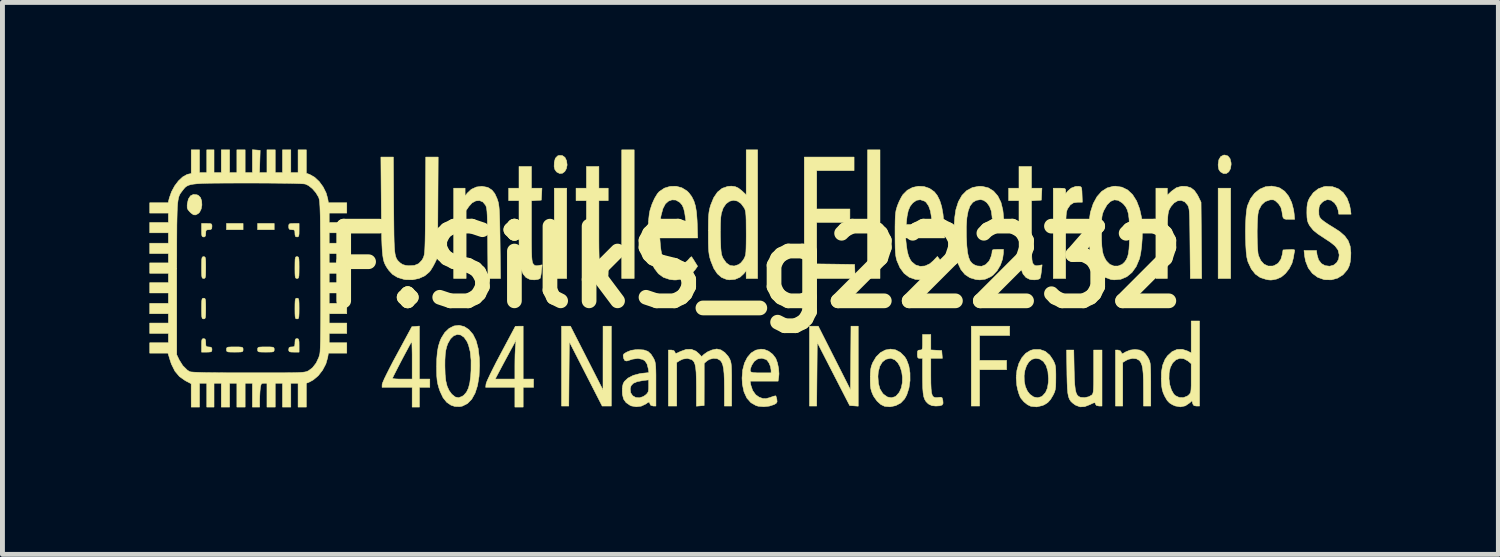
<source format=kicad_pcb>
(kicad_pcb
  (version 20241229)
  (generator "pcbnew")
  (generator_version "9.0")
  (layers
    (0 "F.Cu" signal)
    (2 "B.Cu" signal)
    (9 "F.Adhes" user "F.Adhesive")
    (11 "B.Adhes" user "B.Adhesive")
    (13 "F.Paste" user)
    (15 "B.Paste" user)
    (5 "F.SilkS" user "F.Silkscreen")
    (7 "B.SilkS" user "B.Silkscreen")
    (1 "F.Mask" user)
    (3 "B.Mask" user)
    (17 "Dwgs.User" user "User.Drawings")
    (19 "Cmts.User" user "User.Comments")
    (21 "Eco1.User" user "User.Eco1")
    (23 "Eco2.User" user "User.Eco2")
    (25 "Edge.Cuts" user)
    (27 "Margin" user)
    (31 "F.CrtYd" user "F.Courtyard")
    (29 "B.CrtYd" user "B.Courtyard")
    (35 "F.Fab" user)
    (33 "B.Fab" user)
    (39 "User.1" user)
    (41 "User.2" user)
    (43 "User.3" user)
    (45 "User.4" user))
  (footprint "F.SilkS_g22232"
    (layer "F.Cu")
    (at 12.345 2.399)
    (property "Reference" "F.SilkS_g22232" (at 0 0 0) (layer "F.SilkS") (effects (font (size 1.524 1.524) (thickness 0.3))))
    (attr through_hole)
    (fp_poly (pts (xy -10.435 -0.762) (xy -10.774 -0.762) (xy -10.774 -0.889) (xy -10.435 -0.889) (xy -10.435 -0.762)) (stroke (width 0.01) (type solid)) (fill yes) (layer "F.SilkS"))
    (fp_poly (pts (xy -9.8 -0.762) (xy -10.139 -0.762) (xy -10.139 -0.889) (xy -9.8 -0.889) (xy -9.8 -0.762)) (stroke (width 0.01) (type solid)) (fill yes) (layer "F.SilkS"))
    (fp_poly (pts (xy -3.831 0.233) (xy -4.085 0.233) (xy -4.085 -1.609) (xy -3.831 -1.609) (xy -3.831 0.233)) (stroke (width 0.01) (type solid)) (fill yes) (layer "F.SilkS"))
    (fp_poly (pts (xy -2.455 0.233) (xy -2.709 0.233) (xy -2.709 -2.392) (xy -2.455 -2.392) (xy -2.455 0.233)) (stroke (width 0.01) (type solid)) (fill yes) (layer "F.SilkS"))
    (fp_poly (pts (xy 2.561 0.233) (xy 2.307 0.233) (xy 2.307 -2.392) (xy 2.561 -2.392) (xy 2.561 0.233)) (stroke (width 0.01) (type solid)) (fill yes) (layer "F.SilkS"))
    (fp_poly (pts (xy 9.716 0.233) (xy 9.461 0.233) (xy 9.461 -1.609) (xy 9.716 -1.609) (xy 9.716 0.233)) (stroke (width 0.01) (type solid)) (fill yes) (layer "F.SilkS"))
    (fp_poly (pts (xy 5.207 1.397) (xy 4.593 1.397) (xy 4.593 1.905) (xy 5.144 1.905) (xy 5.144 2.095) (xy 4.593 2.095) (xy 4.593 2.836) (xy 4.424 2.836) (xy 4.424 1.206) (xy 5.207 1.206) (xy 5.207 1.397)) (stroke (width 0.01) (type solid)) (fill yes) (layer "F.SilkS"))
    (fp_poly (pts (xy 2.032 -1.968) (xy 1.27 -1.968) (xy 1.27 -1.185) (xy 1.947 -1.185) (xy 1.947 -0.91) (xy 1.27 -0.91) (xy 1.27 -0.064) (xy 1.656 -0.059) (xy 2.043 -0.053) (xy 2.055 0.233) (xy 1.016 0.233) (xy 1.016 -2.244) (xy 2.032 -2.244) (xy 2.032 -1.968)) (stroke (width 0.01) (type solid)) (fill yes) (layer "F.SilkS"))
    (fp_poly (pts (xy -3.423 1.857) (xy -3.091 2.508) (xy -3.091 1.857) (xy -3.09 1.206) (xy -2.921 1.206) (xy -2.921 2.836) (xy -3.108 2.836) (xy -3.443 2.181) (xy -3.778 1.526) (xy -3.784 2.181) (xy -3.789 2.836) (xy -3.937 2.836) (xy -3.937 1.206) (xy -3.755 1.206) (xy -3.423 1.857)) (stroke (width 0.01) (type solid)) (fill yes) (layer "F.SilkS"))
    (fp_poly (pts (xy 2.117 2.839) (xy 2.03 2.832) (xy 1.942 2.826) (xy 1.611 2.182) (xy 1.281 1.539) (xy 1.275 2.188) (xy 1.269 2.836) (xy 1.122 2.836) (xy 1.122 1.206) (xy 1.212 1.207) (xy 1.302 1.207) (xy 1.63 1.855) (xy 1.958 2.503) (xy 1.964 1.855) (xy 1.969 1.206) (xy 2.117 1.206) (xy 2.117 2.839)) (stroke (width 0.01) (type solid)) (fill yes) (layer "F.SilkS"))
    (fp_poly (pts (xy -3.922 -2.276) (xy -3.867 -2.237) (xy -3.834 -2.169) (xy -3.823 -2.083) (xy -3.838 -2.008) (xy -3.871 -1.949) (xy -3.919 -1.914) (xy -3.974 -1.908) (xy -4.032 -1.937) (xy -4.043 -1.947) (xy -4.074 -1.992) (xy -4.088 -2.051) (xy -4.085 -2.137) (xy -4.085 -2.138) (xy -4.064 -2.219) (xy -4.018 -2.267) (xy -3.991 -2.277) (xy -3.922 -2.276)) (stroke (width 0.01) (type solid)) (fill yes) (layer "F.SilkS"))
    (fp_poly (pts (xy 9.659 -2.267) (xy 9.703 -2.214) (xy 9.724 -2.131) (xy 9.726 -2.095) (xy 9.713 -2.008) (xy 9.678 -1.944) (xy 9.629 -1.909) (xy 9.57 -1.907) (xy 9.509 -1.942) (xy 9.504 -1.947) (xy 9.474 -1.993) (xy 9.462 -2.062) (xy 9.461 -2.095) (xy 9.475 -2.189) (xy 9.512 -2.253) (xy 9.571 -2.284) (xy 9.596 -2.286) (xy 9.659 -2.267)) (stroke (width 0.01) (type solid)) (fill yes) (layer "F.SilkS"))
    (fp_poly (pts (xy -11.375 -1.474) (xy -11.345 -1.46) (xy -11.303 -1.416) (xy -11.28 -1.347) (xy -11.275 -1.265) (xy -11.29 -1.185) (xy -11.322 -1.119) (xy -11.351 -1.091) (xy -11.402 -1.064) (xy -11.446 -1.066) (xy -11.496 -1.101) (xy -11.519 -1.123) (xy -11.558 -1.167) (xy -11.575 -1.207) (xy -11.576 -1.263) (xy -11.573 -1.292) (xy -11.551 -1.388) (xy -11.508 -1.453) (xy -11.448 -1.482) (xy -11.375 -1.474)) (stroke (width 0.01) (type solid)) (fill yes) (layer "F.SilkS"))
    (fp_poly (pts (xy -11.113 -0.888) (xy -11.082 -0.879) (xy -11.071 -0.857) (xy -11.07 -0.826) (xy -11.075 -0.781) (xy -11.1 -0.764) (xy -11.134 -0.762) (xy -11.176 -0.758) (xy -11.194 -0.737) (xy -11.197 -0.688) (xy -11.202 -0.637) (xy -11.22 -0.616) (xy -11.239 -0.614) (xy -11.262 -0.618) (xy -11.275 -0.637) (xy -11.281 -0.68) (xy -11.282 -0.751) (xy -11.282 -0.889) (xy -11.176 -0.889) (xy -11.113 -0.888)) (stroke (width 0.01) (type solid)) (fill yes) (layer "F.SilkS"))
    (fp_poly (pts (xy -9.292 -0.751) (xy -9.293 -0.677) (xy -9.299 -0.635) (xy -9.313 -0.618) (xy -9.335 -0.614) (xy -9.364 -0.622) (xy -9.375 -0.654) (xy -9.377 -0.688) (xy -9.38 -0.738) (xy -9.398 -0.758) (xy -9.44 -0.762) (xy -9.485 -0.767) (xy -9.502 -0.792) (xy -9.504 -0.826) (xy -9.502 -0.863) (xy -9.487 -0.882) (xy -9.45 -0.888) (xy -9.398 -0.889) (xy -9.292 -0.889) (xy -9.292 -0.751)) (stroke (width 0.01) (type solid)) (fill yes) (layer "F.SilkS"))
    (fp_poly (pts (xy -11.212 1.468) (xy -11.2 1.496) (xy -11.197 1.545) (xy -11.195 1.599) (xy -11.181 1.624) (xy -11.147 1.63) (xy -11.134 1.63) (xy -11.088 1.636) (xy -11.072 1.66) (xy -11.07 1.683) (xy -11.074 1.714) (xy -11.091 1.73) (xy -11.134 1.735) (xy -11.176 1.736) (xy -11.282 1.736) (xy -11.282 1.598) (xy -11.281 1.524) (xy -11.275 1.482) (xy -11.261 1.464) (xy -11.239 1.46) (xy -11.212 1.468)) (stroke (width 0.01) (type solid)) (fill yes) (layer "F.SilkS"))
    (fp_poly (pts (xy -10.521 1.63) (xy -10.47 1.634) (xy -10.445 1.643) (xy -10.436 1.66) (xy -10.435 1.683) (xy -10.437 1.709) (xy -10.448 1.725) (xy -10.477 1.733) (xy -10.533 1.735) (xy -10.604 1.736) (xy -10.688 1.735) (xy -10.739 1.732) (xy -10.764 1.722) (xy -10.773 1.705) (xy -10.774 1.683) (xy -10.772 1.657) (xy -10.761 1.641) (xy -10.732 1.633) (xy -10.676 1.63) (xy -10.604 1.63) (xy -10.521 1.63)) (stroke (width 0.01) (type solid)) (fill yes) (layer "F.SilkS"))
    (fp_poly (pts (xy -9.886 1.63) (xy -9.835 1.634) (xy -9.81 1.643) (xy -9.801 1.66) (xy -9.8 1.683) (xy -9.802 1.709) (xy -9.813 1.725) (xy -9.842 1.733) (xy -9.898 1.735) (xy -9.97 1.736) (xy -10.053 1.735) (xy -10.104 1.732) (xy -10.129 1.722) (xy -10.138 1.705) (xy -10.139 1.683) (xy -10.137 1.657) (xy -10.126 1.641) (xy -10.097 1.633) (xy -10.041 1.63) (xy -9.97 1.63) (xy -9.886 1.63)) (stroke (width 0.01) (type solid)) (fill yes) (layer "F.SilkS"))
    (fp_poly (pts (xy -9.312 1.465) (xy -9.299 1.484) (xy -9.293 1.527) (xy -9.292 1.598) (xy -9.292 1.736) (xy -9.398 1.736) (xy -9.461 1.734) (xy -9.492 1.725) (xy -9.503 1.704) (xy -9.504 1.683) (xy -9.497 1.645) (xy -9.468 1.631) (xy -9.44 1.63) (xy -9.4 1.626) (xy -9.382 1.608) (xy -9.377 1.563) (xy -9.377 1.545) (xy -9.373 1.49) (xy -9.359 1.465) (xy -9.335 1.46) (xy -9.312 1.465)) (stroke (width 0.01) (type solid)) (fill yes) (layer "F.SilkS"))
    (fp_poly (pts (xy -11.221 -0.209) (xy -11.208 -0.196) (xy -11.201 -0.164) (xy -11.198 -0.107) (xy -11.197 -0.017) (xy -11.197 0.011) (xy -11.198 0.11) (xy -11.2 0.174) (xy -11.206 0.211) (xy -11.217 0.228) (xy -11.234 0.233) (xy -11.239 0.233) (xy -11.258 0.23) (xy -11.271 0.217) (xy -11.278 0.185) (xy -11.281 0.128) (xy -11.282 0.038) (xy -11.282 0.011) (xy -11.281 -0.089) (xy -11.279 -0.153) (xy -11.273 -0.19) (xy -11.262 -0.207) (xy -11.245 -0.212) (xy -11.239 -0.212) (xy -11.221 -0.209)) (stroke (width 0.01) (type solid)) (fill yes) (layer "F.SilkS"))
    (fp_poly (pts (xy -11.22 0.638) (xy -11.208 0.652) (xy -11.201 0.684) (xy -11.198 0.743) (xy -11.197 0.835) (xy -11.197 0.847) (xy -11.198 0.943) (xy -11.201 1.005) (xy -11.207 1.039) (xy -11.219 1.055) (xy -11.237 1.058) (xy -11.239 1.058) (xy -11.259 1.055) (xy -11.271 1.042) (xy -11.278 1.009) (xy -11.281 0.951) (xy -11.282 0.858) (xy -11.282 0.847) (xy -11.281 0.75) (xy -11.278 0.689) (xy -11.272 0.654) (xy -11.26 0.639) (xy -11.242 0.635) (xy -11.239 0.635) (xy -11.22 0.638)) (stroke (width 0.01) (type solid)) (fill yes) (layer "F.SilkS"))
    (fp_poly (pts (xy -9.316 -0.209) (xy -9.303 -0.196) (xy -9.296 -0.164) (xy -9.293 -0.107) (xy -9.292 -0.017) (xy -9.292 0.011) (xy -9.293 0.11) (xy -9.295 0.174) (xy -9.301 0.211) (xy -9.312 0.228) (xy -9.329 0.233) (xy -9.335 0.233) (xy -9.353 0.23) (xy -9.366 0.217) (xy -9.373 0.185) (xy -9.376 0.128) (xy -9.377 0.038) (xy -9.377 0.011) (xy -9.376 -0.089) (xy -9.374 -0.153) (xy -9.368 -0.19) (xy -9.357 -0.207) (xy -9.34 -0.212) (xy -9.335 -0.212) (xy -9.316 -0.209)) (stroke (width 0.01) (type solid)) (fill yes) (layer "F.SilkS"))
    (fp_poly (pts (xy -9.315 0.638) (xy -9.303 0.652) (xy -9.296 0.684) (xy -9.293 0.743) (xy -9.292 0.835) (xy -9.292 0.847) (xy -9.293 0.943) (xy -9.296 1.005) (xy -9.302 1.039) (xy -9.314 1.055) (xy -9.332 1.058) (xy -9.335 1.058) (xy -9.354 1.055) (xy -9.366 1.042) (xy -9.373 1.009) (xy -9.376 0.951) (xy -9.377 0.858) (xy -9.377 0.847) (xy -9.376 0.75) (xy -9.373 0.689) (xy -9.367 0.654) (xy -9.355 0.639) (xy -9.337 0.635) (xy -9.335 0.635) (xy -9.315 0.638)) (stroke (width 0.01) (type solid)) (fill yes) (layer "F.SilkS"))
    (fp_poly (pts (xy 6.648 -1.642) (xy 6.667 -1.629) (xy 6.677 -1.599) (xy 6.682 -1.542) (xy 6.684 -1.482) (xy 6.69 -1.323) (xy 6.596 -1.323) (xy 6.51 -1.311) (xy 6.445 -1.269) (xy 6.392 -1.193) (xy 6.383 -1.175) (xy 6.374 -1.149) (xy 6.366 -1.114) (xy 6.36 -1.063) (xy 6.356 -0.994) (xy 6.353 -0.9) (xy 6.351 -0.778) (xy 6.35 -0.623) (xy 6.35 -0.436) (xy 6.35 0.233) (xy 6.096 0.233) (xy 6.096 -1.609) (xy 6.223 -1.609) (xy 6.293 -1.608) (xy 6.331 -1.602) (xy 6.347 -1.586) (xy 6.35 -1.557) (xy 6.35 -1.553) (xy 6.35 -1.497) (xy 6.392 -1.55) (xy 6.463 -1.611) (xy 6.552 -1.645) (xy 6.618 -1.647) (xy 6.648 -1.642)) (stroke (width 0.01) (type solid)) (fill yes) (layer "F.SilkS"))
    (fp_poly (pts (xy -4.72 2.286) (xy -4.508 2.286) (xy -4.508 2.455) (xy -4.72 2.455) (xy -4.72 2.857) (xy -4.889 2.857) (xy -4.889 2.455) (xy -5.485 2.455) (xy -5.478 2.387) (xy -5.467 2.351) (xy -5.439 2.286) (xy -5.291 2.286) (xy -4.889 2.286) (xy -4.889 2.025) (xy -4.888 1.908) (xy -4.886 1.791) (xy -4.881 1.69) (xy -4.877 1.628) (xy -4.865 1.492) (xy -4.969 1.683) (xy -5.026 1.789) (xy -5.093 1.913) (xy -5.157 2.033) (xy -5.182 2.08) (xy -5.291 2.286) (xy -5.439 2.286) (xy -5.437 2.283) (xy -5.393 2.188) (xy -5.336 2.073) (xy -5.269 1.941) (xy -5.194 1.799) (xy -5.175 1.763) (xy -4.879 1.208) (xy -4.8 1.207) (xy -4.72 1.206) (xy -4.72 2.286)) (stroke (width 0.01) (type solid)) (fill yes) (layer "F.SilkS"))
    (fp_poly (pts (xy 7.859 1.694) (xy 7.931 1.726) (xy 7.977 1.772) (xy 8.023 1.837) (xy 8.038 1.863) (xy 8.054 1.897) (xy 8.066 1.931) (xy 8.075 1.972) (xy 8.08 2.026) (xy 8.083 2.1) (xy 8.085 2.202) (xy 8.086 2.336) (xy 8.086 2.396) (xy 8.086 2.836) (xy 7.938 2.836) (xy 7.937 2.471) (xy 7.936 2.304) (xy 7.931 2.174) (xy 7.921 2.075) (xy 7.906 2.002) (xy 7.884 1.948) (xy 7.856 1.908) (xy 7.851 1.904) (xy 7.792 1.871) (xy 7.713 1.864) (xy 7.628 1.883) (xy 7.583 1.905) (xy 7.514 1.947) (xy 7.514 2.836) (xy 7.366 2.836) (xy 7.366 1.693) (xy 7.417 1.693) (xy 7.466 1.71) (xy 7.483 1.736) (xy 7.493 1.762) (xy 7.509 1.767) (xy 7.542 1.751) (xy 7.573 1.732) (xy 7.663 1.695) (xy 7.763 1.682) (xy 7.859 1.694)) (stroke (width 0.01) (type solid)) (fill yes) (layer "F.SilkS"))
    (fp_poly (pts (xy -3.175 -1.609) (xy -2.985 -1.609) (xy -2.985 -1.355) (xy -3.175 -1.355) (xy -3.175 -0.721) (xy -3.175 -0.539) (xy -3.174 -0.394) (xy -3.172 -0.282) (xy -3.17 -0.198) (xy -3.166 -0.139) (xy -3.16 -0.098) (xy -3.153 -0.072) (xy -3.143 -0.056) (xy -3.14 -0.052) (xy -3.087 -0.027) (xy -3.045 -0.029) (xy -2.985 -0.041) (xy -2.985 0.095) (xy -2.987 0.166) (xy -2.993 0.218) (xy -3 0.239) (xy -3.041 0.251) (xy -3.104 0.26) (xy -3.169 0.263) (xy -3.211 0.26) (xy -3.27 0.23) (xy -3.327 0.17) (xy -3.375 0.089) (xy -3.406 0.001) (xy -3.413 -0.054) (xy -3.419 -0.146) (xy -3.423 -0.271) (xy -3.427 -0.423) (xy -3.429 -0.599) (xy -3.429 -0.731) (xy -3.429 -1.355) (xy -3.641 -1.355) (xy -3.641 -1.609) (xy -3.429 -1.609) (xy -3.429 -2.053) (xy -3.175 -2.053) (xy -3.175 -1.609)) (stroke (width 0.01) (type solid)) (fill yes) (layer "F.SilkS"))
    (fp_poly (pts (xy -6.837 2.286) (xy -6.625 2.286) (xy -6.625 2.455) (xy -6.837 2.455) (xy -6.837 2.857) (xy -6.985 2.857) (xy -6.985 2.455) (xy -7.599 2.455) (xy -7.598 2.397) (xy -7.588 2.362) (xy -7.559 2.295) (xy -7.549 2.273) (xy -7.387 2.273) (xy -7.368 2.278) (xy -7.315 2.283) (xy -7.238 2.286) (xy -7.186 2.286) (xy -6.985 2.286) (xy -6.985 1.905) (xy -6.985 1.783) (xy -6.987 1.678) (xy -6.989 1.595) (xy -6.991 1.541) (xy -6.994 1.524) (xy -7.006 1.542) (xy -7.034 1.59) (xy -7.073 1.663) (xy -7.121 1.752) (xy -7.174 1.851) (xy -7.228 1.954) (xy -7.279 2.053) (xy -7.324 2.141) (xy -7.36 2.212) (xy -7.382 2.258) (xy -7.387 2.273) (xy -7.549 2.273) (xy -7.513 2.198) (xy -7.452 2.077) (xy -7.379 1.935) (xy -7.294 1.778) (xy -6.991 1.217) (xy -6.914 1.211) (xy -6.837 1.204) (xy -6.837 2.286)) (stroke (width 0.01) (type solid)) (fill yes) (layer "F.SilkS"))
    (fp_poly (pts (xy -5.451 -1.627) (xy -5.427 -1.617) (xy -5.355 -1.569) (xy -5.299 -1.499) (xy -5.253 -1.398) (xy -5.238 -1.355) (xy -5.227 -1.318) (xy -5.219 -1.274) (xy -5.212 -1.218) (xy -5.206 -1.146) (xy -5.202 -1.053) (xy -5.198 -0.934) (xy -5.195 -0.784) (xy -5.192 -0.599) (xy -5.191 -0.503) (xy -5.182 0.233) (xy -5.438 0.233) (xy -5.444 -0.482) (xy -5.446 -0.678) (xy -5.448 -0.836) (xy -5.451 -0.961) (xy -5.454 -1.058) (xy -5.458 -1.13) (xy -5.464 -1.183) (xy -5.471 -1.22) (xy -5.48 -1.247) (xy -5.487 -1.262) (xy -5.542 -1.328) (xy -5.611 -1.357) (xy -5.687 -1.35) (xy -5.763 -1.309) (xy -5.829 -1.235) (xy -5.884 -1.154) (xy -5.884 0.233) (xy -6.138 0.233) (xy -6.138 -1.609) (xy -5.905 -1.609) (xy -5.905 -1.529) (xy -5.904 -1.45) (xy -5.86 -1.509) (xy -5.778 -1.586) (xy -5.675 -1.633) (xy -5.562 -1.648) (xy -5.451 -1.627)) (stroke (width 0.01) (type solid)) (fill yes) (layer "F.SilkS"))
    (fp_poly (pts (xy 8.815 -1.645) (xy 8.905 -1.617) (xy 8.976 -1.562) (xy 9.037 -1.474) (xy 9.054 -1.443) (xy 9.112 -1.323) (xy 9.119 -0.545) (xy 9.125 0.233) (xy 8.893 0.233) (xy 8.886 -0.482) (xy 8.884 -0.675) (xy 8.882 -0.832) (xy 8.88 -0.955) (xy 8.877 -1.049) (xy 8.873 -1.12) (xy 8.868 -1.172) (xy 8.861 -1.209) (xy 8.852 -1.236) (xy 8.842 -1.258) (xy 8.837 -1.266) (xy 8.779 -1.331) (xy 8.709 -1.359) (xy 8.635 -1.352) (xy 8.562 -1.309) (xy 8.497 -1.234) (xy 8.464 -1.175) (xy 8.453 -1.148) (xy 8.445 -1.116) (xy 8.438 -1.074) (xy 8.433 -1.019) (xy 8.429 -0.943) (xy 8.427 -0.844) (xy 8.426 -0.715) (xy 8.425 -0.552) (xy 8.425 -0.429) (xy 8.424 0.233) (xy 8.191 0.233) (xy 8.191 -1.609) (xy 8.424 -1.609) (xy 8.424 -1.467) (xy 8.509 -1.547) (xy 8.608 -1.618) (xy 8.717 -1.649) (xy 8.815 -1.645)) (stroke (width 0.01) (type solid)) (fill yes) (layer "F.SilkS"))
    (fp_poly (pts (xy -4.551 -1.609) (xy -4.337 -1.609) (xy -4.343 -1.487) (xy -4.35 -1.365) (xy -4.45 -1.359) (xy -4.551 -1.352) (xy -4.551 -0.734) (xy -4.551 -0.552) (xy -4.55 -0.408) (xy -4.548 -0.297) (xy -4.545 -0.213) (xy -4.54 -0.153) (xy -4.534 -0.112) (xy -4.526 -0.084) (xy -4.517 -0.066) (xy -4.486 -0.034) (xy -4.446 -0.026) (xy -4.408 -0.031) (xy -4.333 -0.045) (xy -4.347 0.087) (xy -4.356 0.159) (xy -4.367 0.212) (xy -4.376 0.234) (xy -4.419 0.252) (xy -4.485 0.261) (xy -4.554 0.258) (xy -4.584 0.252) (xy -4.662 0.213) (xy -4.721 0.143) (xy -4.765 0.038) (xy -4.772 0.011) (xy -4.782 -0.036) (xy -4.79 -0.096) (xy -4.796 -0.173) (xy -4.8 -0.272) (xy -4.803 -0.398) (xy -4.804 -0.557) (xy -4.805 -0.735) (xy -4.805 -1.355) (xy -5.016 -1.355) (xy -5.016 -1.609) (xy -4.805 -1.609) (xy -4.805 -2.053) (xy -4.551 -2.053) (xy -4.551 -1.609)) (stroke (width 0.01) (type solid)) (fill yes) (layer "F.SilkS"))
    (fp_poly (pts (xy 5.652 -1.609) (xy 5.865 -1.609) (xy 5.859 -1.487) (xy 5.853 -1.365) (xy 5.752 -1.359) (xy 5.652 -1.352) (xy 5.652 -0.734) (xy 5.652 -0.552) (xy 5.653 -0.408) (xy 5.655 -0.297) (xy 5.658 -0.213) (xy 5.662 -0.153) (xy 5.668 -0.112) (xy 5.676 -0.084) (xy 5.686 -0.066) (xy 5.717 -0.034) (xy 5.757 -0.026) (xy 5.795 -0.031) (xy 5.869 -0.045) (xy 5.854 0.088) (xy 5.844 0.16) (xy 5.833 0.213) (xy 5.825 0.235) (xy 5.783 0.253) (xy 5.719 0.261) (xy 5.651 0.258) (xy 5.619 0.252) (xy 5.54 0.213) (xy 5.481 0.143) (xy 5.438 0.038) (xy 5.43 0.011) (xy 5.42 -0.036) (xy 5.412 -0.096) (xy 5.406 -0.173) (xy 5.402 -0.272) (xy 5.399 -0.398) (xy 5.398 -0.557) (xy 5.397 -0.735) (xy 5.397 -1.355) (xy 5.186 -1.355) (xy 5.186 -1.609) (xy 5.397 -1.609) (xy 5.397 -2.053) (xy 5.652 -2.053) (xy 5.652 -1.609)) (stroke (width 0.01) (type solid)) (fill yes) (layer "F.SilkS"))
    (fp_poly (pts (xy 6.523 2.101) (xy 6.528 2.267) (xy 6.535 2.397) (xy 6.546 2.494) (xy 6.562 2.563) (xy 6.584 2.61) (xy 6.613 2.64) (xy 6.65 2.657) (xy 6.658 2.659) (xy 6.738 2.664) (xy 6.821 2.646) (xy 6.883 2.611) (xy 6.896 2.595) (xy 6.906 2.573) (xy 6.913 2.537) (xy 6.917 2.483) (xy 6.92 2.404) (xy 6.921 2.294) (xy 6.921 2.149) (xy 6.921 2.135) (xy 6.921 1.693) (xy 7.091 1.693) (xy 7.091 2.836) (xy 7.03 2.836) (xy 6.978 2.825) (xy 6.958 2.796) (xy 6.95 2.773) (xy 6.933 2.768) (xy 6.899 2.78) (xy 6.846 2.806) (xy 6.738 2.848) (xy 6.644 2.853) (xy 6.558 2.821) (xy 6.539 2.81) (xy 6.492 2.775) (xy 6.455 2.74) (xy 6.427 2.697) (xy 6.407 2.643) (xy 6.393 2.57) (xy 6.384 2.473) (xy 6.379 2.346) (xy 6.375 2.184) (xy 6.375 2.154) (xy 6.368 1.693) (xy 6.515 1.693) (xy 6.523 2.101)) (stroke (width 0.01) (type solid)) (fill yes) (layer "F.SilkS"))
    (fp_poly (pts (xy 3.598 1.691) (xy 3.821 1.704) (xy 3.827 1.783) (xy 3.834 1.863) (xy 3.598 1.863) (xy 3.598 2.218) (xy 3.599 2.369) (xy 3.604 2.484) (xy 3.613 2.565) (xy 3.628 2.619) (xy 3.652 2.65) (xy 3.686 2.663) (xy 3.731 2.663) (xy 3.749 2.661) (xy 3.802 2.656) (xy 3.828 2.668) (xy 3.84 2.706) (xy 3.844 2.724) (xy 3.848 2.781) (xy 3.829 2.815) (xy 3.781 2.831) (xy 3.7 2.836) (xy 3.621 2.828) (xy 3.559 2.799) (xy 3.537 2.782) (xy 3.501 2.746) (xy 3.474 2.702) (xy 3.454 2.646) (xy 3.441 2.569) (xy 3.433 2.467) (xy 3.43 2.332) (xy 3.429 2.217) (xy 3.429 1.863) (xy 3.376 1.863) (xy 3.342 1.858) (xy 3.327 1.836) (xy 3.323 1.785) (xy 3.323 1.778) (xy 3.326 1.723) (xy 3.34 1.699) (xy 3.371 1.693) (xy 3.376 1.693) (xy 3.403 1.691) (xy 3.419 1.679) (xy 3.426 1.649) (xy 3.429 1.59) (xy 3.429 1.535) (xy 3.429 1.376) (xy 3.598 1.376) (xy 3.598 1.691)) (stroke (width 0.01) (type solid)) (fill yes) (layer "F.SilkS"))
    (fp_poly (pts (xy 2.879 1.69) (xy 2.977 1.742) (xy 3.064 1.829) (xy 3.102 1.889) (xy 3.149 2.013) (xy 3.173 2.16) (xy 3.174 2.317) (xy 3.152 2.47) (xy 3.107 2.609) (xy 3.064 2.689) (xy 2.986 2.772) (xy 2.883 2.827) (xy 2.767 2.852) (xy 2.656 2.842) (xy 2.578 2.805) (xy 2.501 2.735) (xy 2.435 2.643) (xy 2.416 2.606) (xy 2.39 2.543) (xy 2.374 2.485) (xy 2.365 2.419) (xy 2.362 2.329) (xy 2.362 2.275) (xy 2.363 2.233) (xy 2.519 2.233) (xy 2.529 2.375) (xy 2.56 2.487) (xy 2.615 2.576) (xy 2.635 2.597) (xy 2.712 2.651) (xy 2.793 2.667) (xy 2.869 2.645) (xy 2.892 2.629) (xy 2.954 2.558) (xy 2.996 2.465) (xy 3.017 2.359) (xy 3.019 2.248) (xy 3.004 2.138) (xy 2.972 2.037) (xy 2.925 1.953) (xy 2.864 1.893) (xy 2.79 1.864) (xy 2.769 1.863) (xy 2.681 1.882) (xy 2.609 1.937) (xy 2.557 2.024) (xy 2.526 2.139) (xy 2.519 2.233) (xy 2.363 2.233) (xy 2.364 2.166) (xy 2.371 2.086) (xy 2.385 2.022) (xy 2.409 1.959) (xy 2.411 1.953) (xy 2.482 1.833) (xy 2.57 1.746) (xy 2.67 1.693) (xy 2.775 1.674) (xy 2.879 1.69)) (stroke (width 0.01) (type solid)) (fill yes) (layer "F.SilkS"))
    (fp_poly (pts (xy 9.081 2.836) (xy 9.017 2.836) (xy 8.968 2.828) (xy 8.945 2.796) (xy 8.941 2.782) (xy 8.927 2.728) (xy 8.882 2.77) (xy 8.791 2.832) (xy 8.692 2.853) (xy 8.584 2.834) (xy 8.529 2.81) (xy 8.468 2.772) (xy 8.421 2.722) (xy 8.377 2.647) (xy 8.372 2.638) (xy 8.34 2.568) (xy 8.32 2.502) (xy 8.308 2.426) (xy 8.301 2.322) (xy 8.301 2.319) (xy 8.302 2.281) (xy 8.458 2.281) (xy 8.474 2.401) (xy 8.508 2.509) (xy 8.556 2.593) (xy 8.588 2.624) (xy 8.666 2.661) (xy 8.752 2.664) (xy 8.832 2.633) (xy 8.855 2.615) (xy 8.877 2.593) (xy 8.893 2.571) (xy 8.903 2.54) (xy 8.908 2.492) (xy 8.911 2.421) (xy 8.911 2.319) (xy 8.911 2.268) (xy 8.911 1.972) (xy 8.846 1.917) (xy 8.763 1.871) (xy 8.679 1.863) (xy 8.6 1.892) (xy 8.533 1.956) (xy 8.484 2.05) (xy 8.461 2.16) (xy 8.458 2.281) (xy 8.302 2.281) (xy 8.303 2.146) (xy 8.328 2.004) (xy 8.376 1.886) (xy 8.427 1.812) (xy 8.52 1.727) (xy 8.621 1.682) (xy 8.728 1.678) (xy 8.833 1.712) (xy 8.911 1.752) (xy 8.911 1.101) (xy 9.081 1.101) (xy 9.081 2.836)) (stroke (width 0.01) (type solid)) (fill yes) (layer "F.SilkS"))
    (fp_poly (pts (xy 5.933 1.72) (xy 6.025 1.798) (xy 6.087 1.889) (xy 6.113 1.939) (xy 6.131 1.983) (xy 6.142 2.031) (xy 6.147 2.094) (xy 6.149 2.182) (xy 6.149 2.254) (xy 6.148 2.365) (xy 6.145 2.444) (xy 6.137 2.501) (xy 6.124 2.548) (xy 6.103 2.594) (xy 6.093 2.614) (xy 6.04 2.703) (xy 5.986 2.763) (xy 5.92 2.806) (xy 5.879 2.825) (xy 5.759 2.853) (xy 5.641 2.842) (xy 5.571 2.809) (xy 5.498 2.75) (xy 5.437 2.678) (xy 5.419 2.646) (xy 5.394 2.582) (xy 5.369 2.496) (xy 5.353 2.418) (xy 5.34 2.257) (xy 5.344 2.216) (xy 5.502 2.216) (xy 5.505 2.327) (xy 5.526 2.435) (xy 5.569 2.532) (xy 5.62 2.597) (xy 5.697 2.651) (xy 5.777 2.667) (xy 5.854 2.645) (xy 5.877 2.629) (xy 5.939 2.56) (xy 5.978 2.469) (xy 5.997 2.348) (xy 5.999 2.275) (xy 5.987 2.13) (xy 5.952 2.013) (xy 5.896 1.928) (xy 5.821 1.877) (xy 5.74 1.863) (xy 5.663 1.882) (xy 5.6 1.934) (xy 5.551 2.012) (xy 5.518 2.108) (xy 5.502 2.216) (xy 5.344 2.216) (xy 5.355 2.105) (xy 5.394 1.968) (xy 5.455 1.851) (xy 5.535 1.76) (xy 5.632 1.701) (xy 5.701 1.682) (xy 5.825 1.682) (xy 5.933 1.72)) (stroke (width 0.01) (type solid)) (fill yes) (layer "F.SilkS"))
    (fp_poly (pts (xy -7.362 -1.265) (xy -7.36 -1.025) (xy -7.358 -0.824) (xy -7.356 -0.658) (xy -7.353 -0.523) (xy -7.348 -0.415) (xy -7.342 -0.33) (xy -7.333 -0.264) (xy -7.321 -0.214) (xy -7.307 -0.176) (xy -7.289 -0.146) (xy -7.267 -0.12) (xy -7.24 -0.095) (xy -7.231 -0.086) (xy -7.181 -0.052) (xy -7.115 -0.033) (xy -7.054 -0.027) (xy -6.94 -0.033) (xy -6.853 -0.069) (xy -6.786 -0.139) (xy -6.761 -0.183) (xy -6.752 -0.204) (xy -6.744 -0.229) (xy -6.737 -0.261) (xy -6.732 -0.304) (xy -6.727 -0.363) (xy -6.724 -0.44) (xy -6.721 -0.54) (xy -6.719 -0.667) (xy -6.717 -0.825) (xy -6.716 -1.017) (xy -6.714 -1.248) (xy -6.714 -1.254) (xy -6.708 -2.244) (xy -6.454 -2.244) (xy -6.466 -0.201) (xy -6.521 -0.085) (xy -6.562 -0.008) (xy -6.607 0.065) (xy -6.633 0.099) (xy -6.725 0.177) (xy -6.844 0.232) (xy -6.978 0.26) (xy -7.118 0.257) (xy -7.149 0.252) (xy -7.283 0.212) (xy -7.388 0.147) (xy -7.462 0.066) (xy -7.494 0.021) (xy -7.52 -0.021) (xy -7.542 -0.064) (xy -7.561 -0.113) (xy -7.575 -0.171) (xy -7.586 -0.242) (xy -7.595 -0.33) (xy -7.601 -0.439) (xy -7.606 -0.574) (xy -7.609 -0.738) (xy -7.612 -0.934) (xy -7.614 -1.168) (xy -7.615 -1.254) (xy -7.623 -2.244) (xy -7.368 -2.244) (xy -7.362 -1.265)) (stroke (width 0.01) (type solid)) (fill yes) (layer "F.SilkS"))
    (fp_poly (pts (xy -0.685 1.691) (xy -0.606 1.744) (xy -0.538 1.821) (xy -0.513 1.862) (xy -0.497 1.896) (xy -0.485 1.93) (xy -0.477 1.972) (xy -0.471 2.026) (xy -0.468 2.101) (xy -0.466 2.202) (xy -0.466 2.337) (xy -0.466 2.396) (xy -0.466 2.836) (xy -0.614 2.836) (xy -0.614 2.471) (xy -0.616 2.304) (xy -0.621 2.174) (xy -0.631 2.075) (xy -0.646 2.002) (xy -0.667 1.948) (xy -0.695 1.908) (xy -0.7 1.904) (xy -0.761 1.869) (xy -0.839 1.863) (xy -0.918 1.883) (xy -0.967 1.913) (xy -1.026 1.964) (xy -1.026 2.395) (xy -1.027 2.826) (xy -1.106 2.832) (xy -1.185 2.839) (xy -1.185 2.445) (xy -1.187 2.28) (xy -1.191 2.152) (xy -1.2 2.055) (xy -1.214 1.985) (xy -1.234 1.936) (xy -1.261 1.903) (xy -1.288 1.886) (xy -1.371 1.864) (xy -1.462 1.878) (xy -1.519 1.905) (xy -1.587 1.947) (xy -1.587 2.836) (xy -1.757 2.836) (xy -1.757 1.693) (xy -1.696 1.693) (xy -1.644 1.705) (xy -1.624 1.734) (xy -1.616 1.756) (xy -1.599 1.762) (xy -1.565 1.749) (xy -1.512 1.723) (xy -1.395 1.681) (xy -1.289 1.678) (xy -1.195 1.716) (xy -1.131 1.771) (xy -1.079 1.827) (xy -1.031 1.782) (xy -0.958 1.731) (xy -0.867 1.692) (xy -0.78 1.673) (xy -0.766 1.672) (xy -0.685 1.691)) (stroke (width 0.01) (type solid)) (fill yes) (layer "F.SilkS"))
    (fp_poly (pts (xy 0.198 1.681) (xy 0.287 1.716) (xy 0.37 1.779) (xy 0.432 1.86) (xy 0.435 1.865) (xy 0.469 1.957) (xy 0.492 2.069) (xy 0.5 2.18) (xy 0.495 2.238) (xy 0.482 2.328) (xy -0.089 2.328) (xy -0.075 2.408) (xy -0.038 2.518) (xy 0.024 2.605) (xy 0.093 2.654) (xy 0.168 2.682) (xy 0.236 2.684) (xy 0.316 2.663) (xy 0.339 2.654) (xy 0.393 2.635) (xy 0.429 2.628) (xy 0.435 2.629) (xy 0.445 2.654) (xy 0.457 2.702) (xy 0.457 2.704) (xy 0.461 2.75) (xy 0.443 2.78) (xy 0.402 2.805) (xy 0.304 2.837) (xy 0.19 2.85) (xy 0.078 2.84) (xy 0.032 2.827) (xy -0.073 2.767) (xy -0.156 2.673) (xy -0.214 2.547) (xy -0.247 2.392) (xy -0.254 2.263) (xy -0.242 2.118) (xy -0.087 2.118) (xy -0.07 2.142) (xy -0.025 2.154) (xy 0.054 2.159) (xy 0.127 2.159) (xy 0.339 2.159) (xy 0.339 2.105) (xy 0.327 2.033) (xy 0.298 1.96) (xy 0.259 1.904) (xy 0.236 1.886) (xy 0.15 1.86) (xy 0.067 1.874) (xy -0.004 1.923) (xy -0.057 2.005) (xy -0.062 2.018) (xy -0.083 2.078) (xy -0.087 2.118) (xy -0.242 2.118) (xy -0.241 2.101) (xy -0.204 1.959) (xy -0.145 1.842) (xy -0.068 1.753) (xy 0.025 1.696) (xy 0.131 1.675) (xy 0.198 1.681)) (stroke (width 0.01) (type solid)) (fill yes) (layer "F.SilkS"))
    (fp_poly (pts (xy -5.924 1.214) (xy -5.83 1.274) (xy -5.744 1.374) (xy -5.68 1.503) (xy -5.637 1.665) (xy -5.614 1.862) (xy -5.61 2.011) (xy -5.62 2.229) (xy -5.651 2.417) (xy -5.701 2.573) (xy -5.77 2.697) (xy -5.856 2.785) (xy -5.959 2.837) (xy -6.013 2.848) (xy -6.113 2.845) (xy -6.194 2.818) (xy -6.281 2.758) (xy -6.354 2.667) (xy -6.415 2.538) (xy -6.44 2.466) (xy -6.461 2.39) (xy -6.475 2.314) (xy -6.483 2.226) (xy -6.486 2.113) (xy -6.486 2.043) (xy -6.486 2.021) (xy -6.317 2.021) (xy -6.312 2.189) (xy -6.298 2.323) (xy -6.272 2.43) (xy -6.232 2.518) (xy -6.177 2.594) (xy -6.176 2.595) (xy -6.107 2.651) (xy -6.037 2.666) (xy -5.963 2.638) (xy -5.93 2.614) (xy -5.877 2.554) (xy -5.837 2.472) (xy -5.809 2.364) (xy -5.791 2.223) (xy -5.784 2.111) (xy -5.783 1.902) (xy -5.8 1.729) (xy -5.836 1.589) (xy -5.865 1.521) (xy -5.925 1.434) (xy -5.994 1.386) (xy -6.066 1.376) (xy -6.138 1.403) (xy -6.203 1.465) (xy -6.258 1.562) (xy -6.279 1.621) (xy -6.298 1.697) (xy -6.31 1.786) (xy -6.316 1.899) (xy -6.317 2.021) (xy -6.486 2.021) (xy -6.483 1.872) (xy -6.471 1.733) (xy -6.45 1.616) (xy -6.417 1.512) (xy -6.39 1.449) (xy -6.318 1.334) (xy -6.23 1.251) (xy -6.132 1.202) (xy -6.028 1.189) (xy -5.924 1.214)) (stroke (width 0.01) (type solid)) (fill yes) (layer "F.SilkS"))
    (fp_poly (pts (xy 4.647 -1.646) (xy 4.772 -1.616) (xy 4.878 -1.55) (xy 4.965 -1.45) (xy 5.029 -1.321) (xy 5.067 -1.166) (xy 5.073 -1.117) (xy 5.086 -0.974) (xy 4.967 -0.974) (xy 4.899 -0.975) (xy 4.863 -0.982) (xy 4.849 -0.999) (xy 4.847 -1.032) (xy 4.847 -1.032) (xy 4.833 -1.14) (xy 4.797 -1.237) (xy 4.742 -1.314) (xy 4.675 -1.362) (xy 4.614 -1.376) (xy 4.526 -1.362) (xy 4.455 -1.32) (xy 4.399 -1.248) (xy 4.36 -1.143) (xy 4.334 -1.004) (xy 4.323 -0.828) (xy 4.324 -0.614) (xy 4.325 -0.603) (xy 4.333 -0.434) (xy 4.347 -0.301) (xy 4.369 -0.2) (xy 4.399 -0.127) (xy 4.441 -0.075) (xy 4.495 -0.041) (xy 4.543 -0.023) (xy 4.636 -0.016) (xy 4.717 -0.049) (xy 4.783 -0.118) (xy 4.8 -0.147) (xy 4.828 -0.216) (xy 4.845 -0.279) (xy 4.847 -0.301) (xy 4.85 -0.335) (xy 4.863 -0.352) (xy 4.899 -0.359) (xy 4.964 -0.36) (xy 5.08 -0.36) (xy 5.08 -0.291) (xy 5.063 -0.166) (xy 5.019 -0.041) (xy 4.952 0.073) (xy 4.869 0.163) (xy 4.818 0.199) (xy 4.708 0.248) (xy 4.599 0.262) (xy 4.519 0.255) (xy 4.396 0.218) (xy 4.294 0.151) (xy 4.212 0.051) (xy 4.149 -0.083) (xy 4.104 -0.253) (xy 4.083 -0.397) (xy 4.073 -0.539) (xy 4.07 -0.7) (xy 4.075 -0.865) (xy 4.087 -1.021) (xy 4.106 -1.151) (xy 4.109 -1.17) (xy 4.16 -1.332) (xy 4.234 -1.463) (xy 4.33 -1.56) (xy 4.446 -1.622) (xy 4.579 -1.648) (xy 4.647 -1.646)) (stroke (width 0.01) (type solid)) (fill yes) (layer "F.SilkS"))
    (fp_poly (pts (xy -2.256 1.692) (xy -2.174 1.721) (xy -2.111 1.779) (xy -2.058 1.863) (xy -2.042 1.897) (xy -2.03 1.931) (xy -2.022 1.972) (xy -2.016 2.026) (xy -2.013 2.1) (xy -2.011 2.202) (xy -2.011 2.336) (xy -2.011 2.396) (xy -2.011 2.836) (xy -2.066 2.836) (xy -2.115 2.822) (xy -2.132 2.794) (xy -2.142 2.762) (xy -2.158 2.756) (xy -2.19 2.774) (xy -2.221 2.796) (xy -2.31 2.838) (xy -2.412 2.851) (xy -2.51 2.834) (xy -2.538 2.822) (xy -2.621 2.765) (xy -2.671 2.694) (xy -2.695 2.599) (xy -2.698 2.53) (xy -2.696 2.485) (xy -2.536 2.485) (xy -2.526 2.566) (xy -2.486 2.626) (xy -2.424 2.661) (xy -2.349 2.668) (xy -2.27 2.643) (xy -2.224 2.612) (xy -2.187 2.577) (xy -2.168 2.541) (xy -2.16 2.49) (xy -2.159 2.43) (xy -2.159 2.302) (xy -2.281 2.317) (xy -2.396 2.339) (xy -2.474 2.373) (xy -2.519 2.423) (xy -2.536 2.485) (xy -2.696 2.485) (xy -2.694 2.441) (xy -2.679 2.379) (xy -2.655 2.335) (xy -2.581 2.266) (xy -2.475 2.211) (xy -2.345 2.176) (xy -2.293 2.168) (xy -2.154 2.154) (xy -2.168 2.071) (xy -2.193 1.976) (xy -2.236 1.914) (xy -2.281 1.885) (xy -2.378 1.864) (xy -2.491 1.88) (xy -2.541 1.897) (xy -2.605 1.917) (xy -2.643 1.91) (xy -2.666 1.872) (xy -2.675 1.837) (xy -2.679 1.799) (xy -2.664 1.772) (xy -2.621 1.744) (xy -2.598 1.732) (xy -2.518 1.7) (xy -2.424 1.686) (xy -2.367 1.684) (xy -2.256 1.692)) (stroke (width 0.01) (type solid)) (fill yes) (layer "F.SilkS"))
    (fp_poly (pts (xy 3.459 -1.643) (xy 3.571 -1.605) (xy 3.669 -1.536) (xy 3.73 -1.459) (xy 3.781 -1.356) (xy 3.82 -1.231) (xy 3.847 -1.08) (xy 3.864 -0.894) (xy 3.867 -0.852) (xy 3.88 -0.593) (xy 3.084 -0.593) (xy 3.098 -0.46) (xy 3.117 -0.325) (xy 3.144 -0.223) (xy 3.181 -0.146) (xy 3.209 -0.107) (xy 3.288 -0.042) (xy 3.381 -0.014) (xy 3.479 -0.022) (xy 3.576 -0.066) (xy 3.649 -0.129) (xy 3.732 -0.217) (xy 3.77 -0.167) (xy 3.808 -0.107) (xy 3.833 -0.057) (xy 3.846 -0.017) (xy 3.839 0.017) (xy 3.809 0.062) (xy 3.795 0.08) (xy 3.695 0.171) (xy 3.572 0.232) (xy 3.433 0.26) (xy 3.288 0.253) (xy 3.283 0.252) (xy 3.157 0.208) (xy 3.053 0.129) (xy 2.968 0.013) (xy 2.906 -0.13) (xy 2.893 -0.177) (xy 2.883 -0.229) (xy 2.876 -0.295) (xy 2.871 -0.382) (xy 2.869 -0.495) (xy 2.868 -0.642) (xy 2.868 -0.677) (xy 2.868 -0.827) (xy 2.869 -0.868) (xy 3.096 -0.868) (xy 3.626 -0.868) (xy 3.613 -1.002) (xy 3.591 -1.141) (xy 3.553 -1.248) (xy 3.502 -1.321) (xy 3.47 -1.345) (xy 3.384 -1.374) (xy 3.308 -1.363) (xy 3.234 -1.312) (xy 3.228 -1.306) (xy 3.175 -1.238) (xy 3.138 -1.152) (xy 3.114 -1.038) (xy 3.106 -0.968) (xy 3.096 -0.868) (xy 2.869 -0.868) (xy 2.87 -0.942) (xy 2.873 -1.029) (xy 2.879 -1.096) (xy 2.887 -1.15) (xy 2.9 -1.199) (xy 2.916 -1.25) (xy 2.916 -1.251) (xy 2.952 -1.338) (xy 2.995 -1.423) (xy 3.028 -1.477) (xy 3.118 -1.567) (xy 3.225 -1.624) (xy 3.341 -1.649) (xy 3.459 -1.643)) (stroke (width 0.01) (type solid)) (fill yes) (layer "F.SilkS"))
    (fp_poly (pts (xy 7.498 -1.63) (xy 7.615 -1.572) (xy 7.715 -1.478) (xy 7.797 -1.348) (xy 7.859 -1.186) (xy 7.898 -1.01) (xy 7.91 -0.886) (xy 7.914 -0.739) (xy 7.911 -0.582) (xy 7.9 -0.429) (xy 7.882 -0.291) (xy 7.859 -0.18) (xy 7.854 -0.165) (xy 7.789 -0.011) (xy 7.702 0.111) (xy 7.596 0.198) (xy 7.475 0.249) (xy 7.34 0.261) (xy 7.275 0.254) (xy 7.159 0.212) (xy 7.056 0.132) (xy 6.969 0.017) (xy 6.898 -0.13) (xy 6.865 -0.233) (xy 6.849 -0.324) (xy 6.836 -0.445) (xy 6.829 -0.585) (xy 6.827 -0.709) (xy 7.081 -0.709) (xy 7.082 -0.551) (xy 7.088 -0.428) (xy 7.099 -0.331) (xy 7.117 -0.254) (xy 7.144 -0.189) (xy 7.179 -0.128) (xy 7.181 -0.125) (xy 7.249 -0.056) (xy 7.332 -0.021) (xy 7.42 -0.021) (xy 7.502 -0.055) (xy 7.551 -0.1) (xy 7.586 -0.15) (xy 7.612 -0.206) (xy 7.63 -0.276) (xy 7.642 -0.367) (xy 7.649 -0.484) (xy 7.652 -0.635) (xy 7.652 -0.688) (xy 7.65 -0.854) (xy 7.643 -0.984) (xy 7.63 -1.085) (xy 7.608 -1.164) (xy 7.577 -1.226) (xy 7.535 -1.279) (xy 7.501 -1.311) (xy 7.42 -1.362) (xy 7.34 -1.371) (xy 7.264 -1.339) (xy 7.193 -1.268) (xy 7.131 -1.159) (xy 7.112 -1.114) (xy 7.098 -1.07) (xy 7.089 -1.019) (xy 7.084 -0.953) (xy 7.082 -0.863) (xy 7.081 -0.741) (xy 7.081 -0.709) (xy 6.827 -0.709) (xy 6.827 -0.733) (xy 6.83 -0.876) (xy 6.838 -1.003) (xy 6.852 -1.103) (xy 6.856 -1.122) (xy 6.912 -1.295) (xy 6.989 -1.436) (xy 7.084 -1.543) (xy 7.195 -1.614) (xy 7.32 -1.648) (xy 7.366 -1.65) (xy 7.498 -1.63)) (stroke (width 0.01) (type solid)) (fill yes) (layer "F.SilkS"))
    (fp_poly (pts (xy 10.683 -1.627) (xy 10.723 -1.611) (xy 10.819 -1.545) (xy 10.899 -1.445) (xy 10.961 -1.317) (xy 11.001 -1.167) (xy 11.012 -1.085) (xy 11.022 -0.974) (xy 10.908 -0.974) (xy 10.845 -0.975) (xy 10.807 -0.984) (xy 10.785 -1.011) (xy 10.772 -1.064) (xy 10.763 -1.131) (xy 10.742 -1.215) (xy 10.7 -1.282) (xy 10.676 -1.308) (xy 10.627 -1.353) (xy 10.587 -1.372) (xy 10.537 -1.372) (xy 10.514 -1.369) (xy 10.421 -1.336) (xy 10.346 -1.267) (xy 10.292 -1.165) (xy 10.284 -1.139) (xy 10.273 -1.077) (xy 10.265 -0.984) (xy 10.26 -0.867) (xy 10.257 -0.737) (xy 10.258 -0.604) (xy 10.261 -0.477) (xy 10.267 -0.365) (xy 10.275 -0.279) (xy 10.283 -0.238) (xy 10.33 -0.133) (xy 10.397 -0.059) (xy 10.479 -0.021) (xy 10.573 -0.021) (xy 10.603 -0.029) (xy 10.685 -0.077) (xy 10.741 -0.158) (xy 10.769 -0.254) (xy 10.785 -0.349) (xy 10.908 -0.356) (xy 10.977 -0.358) (xy 11.012 -0.354) (xy 11.023 -0.341) (xy 11.021 -0.324) (xy 11.011 -0.28) (xy 11.001 -0.215) (xy 10.997 -0.19) (xy 10.967 -0.076) (xy 10.91 0.035) (xy 10.835 0.131) (xy 10.749 0.203) (xy 10.659 0.243) (xy 10.657 0.244) (xy 10.586 0.259) (xy 10.538 0.265) (xy 10.493 0.262) (xy 10.439 0.252) (xy 10.318 0.213) (xy 10.219 0.143) (xy 10.138 0.04) (xy 10.072 -0.1) (xy 10.063 -0.127) (xy 10.046 -0.2) (xy 10.033 -0.306) (xy 10.025 -0.437) (xy 10.02 -0.583) (xy 10.018 -0.735) (xy 10.021 -0.885) (xy 10.028 -1.024) (xy 10.039 -1.142) (xy 10.054 -1.232) (xy 10.06 -1.253) (xy 10.121 -1.394) (xy 10.206 -1.507) (xy 10.309 -1.589) (xy 10.427 -1.639) (xy 10.553 -1.652) (xy 10.683 -1.627)) (stroke (width 0.01) (type solid)) (fill yes) (layer "F.SilkS"))
    (fp_poly (pts (xy 11.794 -1.64) (xy 11.913 -1.597) (xy 12.012 -1.519) (xy 12.09 -1.408) (xy 12.142 -1.267) (xy 12.159 -1.18) (xy 12.173 -1.079) (xy 11.922 -1.079) (xy 11.909 -1.162) (xy 11.881 -1.241) (xy 11.834 -1.31) (xy 11.762 -1.364) (xy 11.688 -1.376) (xy 11.614 -1.345) (xy 11.577 -1.314) (xy 11.539 -1.27) (xy 11.521 -1.225) (xy 11.515 -1.16) (xy 11.515 -1.136) (xy 11.517 -1.065) (xy 11.53 -1.02) (xy 11.56 -0.982) (xy 11.584 -0.96) (xy 11.637 -0.919) (xy 11.712 -0.869) (xy 11.793 -0.819) (xy 11.8 -0.815) (xy 11.942 -0.724) (xy 12.045 -0.633) (xy 12.115 -0.536) (xy 12.155 -0.424) (xy 12.169 -0.293) (xy 12.166 -0.201) (xy 12.156 -0.104) (xy 12.138 -0.03) (xy 12.107 0.037) (xy 12.094 0.058) (xy 12.009 0.157) (xy 11.899 0.226) (xy 11.773 0.261) (xy 11.637 0.258) (xy 11.62 0.255) (xy 11.491 0.209) (xy 11.383 0.129) (xy 11.3 0.018) (xy 11.245 -0.12) (xy 11.226 -0.221) (xy 11.213 -0.339) (xy 11.467 -0.339) (xy 11.479 -0.251) (xy 11.51 -0.146) (xy 11.569 -0.07) (xy 11.643 -0.029) (xy 11.736 -0.017) (xy 11.817 -0.039) (xy 11.88 -0.09) (xy 11.92 -0.161) (xy 11.931 -0.248) (xy 11.909 -0.342) (xy 11.903 -0.354) (xy 11.845 -0.432) (xy 11.745 -0.512) (xy 11.737 -0.517) (xy 11.651 -0.573) (xy 11.559 -0.634) (xy 11.498 -0.674) (xy 11.403 -0.751) (xy 11.332 -0.839) (xy 11.328 -0.845) (xy 11.299 -0.899) (xy 11.282 -0.951) (xy 11.274 -1.014) (xy 11.271 -1.102) (xy 11.271 -1.122) (xy 11.273 -1.221) (xy 11.282 -1.292) (xy 11.299 -1.352) (xy 11.325 -1.408) (xy 11.403 -1.518) (xy 11.504 -1.597) (xy 11.622 -1.641) (xy 11.659 -1.646) (xy 11.794 -1.64)) (stroke (width 0.01) (type solid)) (fill yes) (layer "F.SilkS"))
    (fp_poly (pts (xy 0.064 0.233) (xy -0.169 0.233) (xy -0.171 0.074) (xy -0.215 0.133) (xy -0.295 0.207) (xy -0.397 0.251) (xy -0.512 0.261) (xy -0.569 0.253) (xy -0.671 0.212) (xy -0.757 0.138) (xy -0.83 0.028) (xy -0.89 -0.121) (xy -0.895 -0.136) (xy -0.912 -0.193) (xy -0.924 -0.248) (xy -0.932 -0.309) (xy -0.938 -0.384) (xy -0.941 -0.481) (xy -0.942 -0.608) (xy -0.942 -0.699) (xy -0.942 -0.74) (xy -0.696 -0.74) (xy -0.695 -0.616) (xy -0.691 -0.483) (xy -0.687 -0.384) (xy -0.68 -0.312) (xy -0.672 -0.259) (xy -0.659 -0.218) (xy -0.642 -0.18) (xy -0.64 -0.176) (xy -0.575 -0.084) (xy -0.499 -0.032) (xy -0.414 -0.021) (xy -0.322 -0.051) (xy -0.275 -0.088) (xy -0.229 -0.145) (xy -0.217 -0.165) (xy -0.201 -0.195) (xy -0.189 -0.227) (xy -0.18 -0.265) (xy -0.175 -0.317) (xy -0.172 -0.39) (xy -0.17 -0.489) (xy -0.169 -0.621) (xy -0.169 -0.691) (xy -0.17 -0.842) (xy -0.171 -0.957) (xy -0.174 -1.043) (xy -0.179 -1.104) (xy -0.187 -1.149) (xy -0.197 -1.182) (xy -0.209 -1.206) (xy -0.274 -1.295) (xy -0.35 -1.347) (xy -0.43 -1.362) (xy -0.509 -1.343) (xy -0.58 -1.291) (xy -0.638 -1.207) (xy -0.677 -1.092) (xy -0.677 -1.09) (xy -0.688 -1.008) (xy -0.694 -0.889) (xy -0.696 -0.74) (xy -0.942 -0.74) (xy -0.941 -0.846) (xy -0.94 -0.959) (xy -0.936 -1.046) (xy -0.929 -1.114) (xy -0.919 -1.172) (xy -0.905 -1.227) (xy -0.895 -1.261) (xy -0.833 -1.414) (xy -0.755 -1.529) (xy -0.66 -1.606) (xy -0.547 -1.645) (xy -0.474 -1.651) (xy -0.397 -1.642) (xy -0.328 -1.611) (xy -0.252 -1.551) (xy -0.238 -1.538) (xy -0.169 -1.473) (xy -0.169 -2.392) (xy 0.064 -2.392) (xy 0.064 0.233)) (stroke (width 0.01) (type solid)) (fill yes) (layer "F.SilkS"))
    (fp_poly (pts (xy -1.481 -1.617) (xy -1.376 -1.552) (xy -1.339 -1.515) (xy -1.28 -1.436) (xy -1.236 -1.348) (xy -1.204 -1.244) (xy -1.183 -1.115) (xy -1.171 -0.954) (xy -1.168 -0.884) (xy -1.159 -0.593) (xy -1.932 -0.593) (xy -1.919 -0.434) (xy -1.908 -0.345) (xy -1.893 -0.263) (xy -1.877 -0.206) (xy -1.876 -0.205) (xy -1.818 -0.112) (xy -1.738 -0.049) (xy -1.644 -0.02) (xy -1.545 -0.024) (xy -1.449 -0.062) (xy -1.362 -0.135) (xy -1.347 -0.152) (xy -1.312 -0.193) (xy -1.288 -0.211) (xy -1.285 -0.211) (xy -1.269 -0.189) (xy -1.239 -0.143) (xy -1.218 -0.109) (xy -1.161 -0.017) (xy -1.212 0.056) (xy -1.294 0.146) (xy -1.388 0.212) (xy -1.48 0.244) (xy -1.544 0.254) (xy -1.596 0.263) (xy -1.598 0.263) (xy -1.645 0.263) (xy -1.711 0.256) (xy -1.734 0.252) (xy -1.858 0.21) (xy -1.96 0.136) (xy -2.044 0.026) (xy -2.111 -0.12) (xy -2.13 -0.18) (xy -2.147 -0.266) (xy -2.16 -0.385) (xy -2.168 -0.524) (xy -2.17 -0.673) (xy -2.167 -0.823) (xy -2.162 -0.928) (xy -1.926 -0.928) (xy -1.918 -0.895) (xy -1.889 -0.877) (xy -1.835 -0.869) (xy -1.748 -0.868) (xy -1.659 -0.868) (xy -1.392 -0.868) (xy -1.407 -0.99) (xy -1.425 -1.113) (xy -1.447 -1.202) (xy -1.477 -1.266) (xy -1.518 -1.314) (xy -1.526 -1.321) (xy -1.604 -1.367) (xy -1.684 -1.371) (xy -1.755 -1.345) (xy -1.818 -1.289) (xy -1.868 -1.194) (xy -1.904 -1.061) (xy -1.905 -1.057) (xy -1.92 -0.98) (xy -1.926 -0.928) (xy -2.162 -0.928) (xy -2.16 -0.963) (xy -2.147 -1.081) (xy -2.132 -1.159) (xy -2.09 -1.287) (xy -2.038 -1.403) (xy -1.981 -1.496) (xy -1.944 -1.539) (xy -1.839 -1.61) (xy -1.721 -1.646) (xy -1.599 -1.649) (xy -1.481 -1.617)) (stroke (width 0.01) (type solid)) (fill yes) (layer "F.SilkS"))
    (fp_poly (pts (xy -10.165 -2.388) (xy -10.086 -2.381) (xy -10.093 -2.154) (xy -10.1 -1.926) (xy -9.948 -1.926) (xy -9.948 -2.392) (xy -9.779 -2.392) (xy -9.779 -1.926) (xy -9.631 -1.926) (xy -9.631 -2.392) (xy -9.461 -2.392) (xy -9.461 -1.926) (xy -9.313 -1.926) (xy -9.313 -2.392) (xy -9.144 -2.392) (xy -9.144 -1.914) (xy -9.075 -1.889) (xy -8.976 -1.833) (xy -8.882 -1.745) (xy -8.801 -1.634) (xy -8.74 -1.511) (xy -8.707 -1.393) (xy -8.694 -1.312) (xy -8.319 -1.312) (xy -8.319 -1.101) (xy -8.678 -1.101) (xy -8.678 -0.91) (xy -8.319 -0.91) (xy -8.319 -0.699) (xy -8.678 -0.699) (xy -8.678 -0.487) (xy -8.319 -0.487) (xy -8.319 -0.275) (xy -8.678 -0.275) (xy -8.678 -0.085) (xy -8.319 -0.085) (xy -8.319 0.127) (xy -8.678 0.127) (xy -8.678 0.318) (xy -8.319 0.318) (xy -8.319 0.529) (xy -8.678 0.529) (xy -8.678 0.741) (xy -8.319 0.741) (xy -8.319 0.953) (xy -8.678 0.953) (xy -8.678 1.143) (xy -8.319 1.143) (xy -8.319 1.355) (xy -8.678 1.355) (xy -8.678 1.545) (xy -8.319 1.545) (xy -8.319 1.757) (xy -8.694 1.757) (xy -8.708 1.844) (xy -8.746 1.977) (xy -8.813 2.104) (xy -8.901 2.217) (xy -9.003 2.303) (xy -9.072 2.341) (xy -9.144 2.371) (xy -9.144 2.857) (xy -9.313 2.857) (xy -9.313 2.371) (xy -9.461 2.371) (xy -9.461 2.857) (xy -9.631 2.857) (xy -9.631 2.371) (xy -9.779 2.371) (xy -9.779 2.857) (xy -9.948 2.857) (xy -9.948 2.371) (xy -10.009 2.371) (xy -10.046 2.374) (xy -10.067 2.393) (xy -10.078 2.438) (xy -10.083 2.469) (xy -10.09 2.544) (xy -10.095 2.638) (xy -10.097 2.712) (xy -10.097 2.857) (xy -10.245 2.857) (xy -10.245 2.371) (xy -10.393 2.371) (xy -10.393 2.857) (xy -10.562 2.857) (xy -10.562 2.371) (xy -10.71 2.371) (xy -10.71 2.857) (xy -10.88 2.857) (xy -10.88 2.371) (xy -11.028 2.371) (xy -11.028 2.857) (xy -11.176 2.857) (xy -11.176 2.371) (xy -11.324 2.371) (xy -11.324 2.857) (xy -11.493 2.857) (xy -11.494 2.619) (xy -11.494 2.381) (xy -11.613 2.319) (xy -11.732 2.236) (xy -11.826 2.124) (xy -11.898 1.979) (xy -11.921 1.91) (xy -11.958 1.789) (xy -11.789 1.789) (xy -11.739 1.894) (xy -11.666 2.011) (xy -11.573 2.103) (xy -11.525 2.134) (xy -11.497 2.14) (xy -11.435 2.145) (xy -11.338 2.149) (xy -11.204 2.153) (xy -11.033 2.155) (xy -10.822 2.157) (xy -10.572 2.158) (xy -10.334 2.158) (xy -10.084 2.158) (xy -9.873 2.158) (xy -9.697 2.158) (xy -9.552 2.157) (xy -9.436 2.156) (xy -9.344 2.154) (xy -9.273 2.151) (xy -9.22 2.147) (xy -9.18 2.142) (xy -9.15 2.136) (xy -9.127 2.128) (xy -9.107 2.119) (xy -9.1 2.116) (xy -9.016 2.052) (xy -8.943 1.957) (xy -8.889 1.841) (xy -8.869 1.769) (xy -8.864 1.723) (xy -8.86 1.637) (xy -8.856 1.512) (xy -8.854 1.346) (xy -8.852 1.14) (xy -8.851 0.894) (xy -8.851 0.605) (xy -8.852 0.275) (xy -8.852 0.157) (xy -8.853 -0.132) (xy -8.855 -0.383) (xy -8.856 -0.597) (xy -8.858 -0.778) (xy -8.859 -0.929) (xy -8.861 -1.053) (xy -8.864 -1.153) (xy -8.867 -1.233) (xy -8.871 -1.294) (xy -8.875 -1.34) (xy -8.88 -1.375) (xy -8.886 -1.4) (xy -8.893 -1.421) (xy -8.896 -1.429) (xy -8.95 -1.518) (xy -9.021 -1.6) (xy -9.1 -1.663) (xy -9.164 -1.693) (xy -9.202 -1.698) (xy -9.279 -1.702) (xy -9.392 -1.706) (xy -9.538 -1.709) (xy -9.714 -1.711) (xy -9.917 -1.713) (xy -10.143 -1.714) (xy -10.34 -1.714) (xy -10.597 -1.714) (xy -10.815 -1.713) (xy -10.998 -1.712) (xy -11.149 -1.71) (xy -11.272 -1.706) (xy -11.37 -1.7) (xy -11.447 -1.692) (xy -11.507 -1.681) (xy -11.552 -1.667) (xy -11.587 -1.649) (xy -11.615 -1.628) (xy -11.639 -1.601) (xy -11.664 -1.57) (xy -11.673 -1.558) (xy -11.694 -1.53) (xy -11.713 -1.505) (xy -11.728 -1.478) (xy -11.742 -1.446) (xy -11.753 -1.408) (xy -11.762 -1.36) (xy -11.77 -1.298) (xy -11.776 -1.22) (xy -11.78 -1.122) (xy -11.783 -1.003) (xy -11.786 -0.858) (xy -11.787 -0.684) (xy -11.788 -0.48) (xy -11.788 -0.241) (xy -11.789 0.036) (xy -11.789 0.233) (xy -11.789 1.789) (xy -11.958 1.789) (xy -11.968 1.757) (xy -12.34 1.757) (xy -12.34 1.545) (xy -11.959 1.545) (xy -11.959 1.355) (xy -12.34 1.355) (xy -12.34 1.143) (xy -11.959 1.143) (xy -11.959 0.953) (xy -12.34 0.953) (xy -12.34 0.741) (xy -11.959 0.741) (xy -11.959 0.529) (xy -12.34 0.529) (xy -12.34 0.318) (xy -11.959 0.318) (xy -11.959 0.127) (xy -12.34 0.127) (xy -12.34 -0.085) (xy -11.959 -0.085) (xy -11.959 -0.275) (xy -12.34 -0.275) (xy -12.34 -0.487) (xy -11.959 -0.487) (xy -11.959 -0.699) (xy -12.34 -0.699) (xy -12.34 -0.91) (xy -11.959 -0.91) (xy -11.959 -1.101) (xy -12.34 -1.101) (xy -12.34 -1.312) (xy -11.964 -1.312) (xy -11.94 -1.41) (xy -11.895 -1.537) (xy -11.831 -1.656) (xy -11.753 -1.759) (xy -11.667 -1.839) (xy -11.58 -1.888) (xy -11.556 -1.895) (xy -11.493 -1.908) (xy -11.493 -2.392) (xy -11.324 -2.392) (xy -11.324 -1.926) (xy -11.176 -1.926) (xy -11.176 -2.392) (xy -11.028 -2.392) (xy -11.028 -1.926) (xy -10.88 -1.926) (xy -10.88 -2.392) (xy -10.71 -2.392) (xy -10.71 -1.926) (xy -10.562 -1.926) (xy -10.562 -2.392) (xy -10.393 -2.392) (xy -10.393 -1.926) (xy -10.245 -1.926) (xy -10.245 -2.394) (xy -10.165 -2.388)) (stroke (width 0.01) (type solid)) (fill yes) (layer "F.SilkS")))
  (gr_rect
    (start -3 -3)
    (end 27.524 8.262)
    (stroke (width 0.1) (type default))
    (fill no)
    (layer "Edge.Cuts")))
</source>
